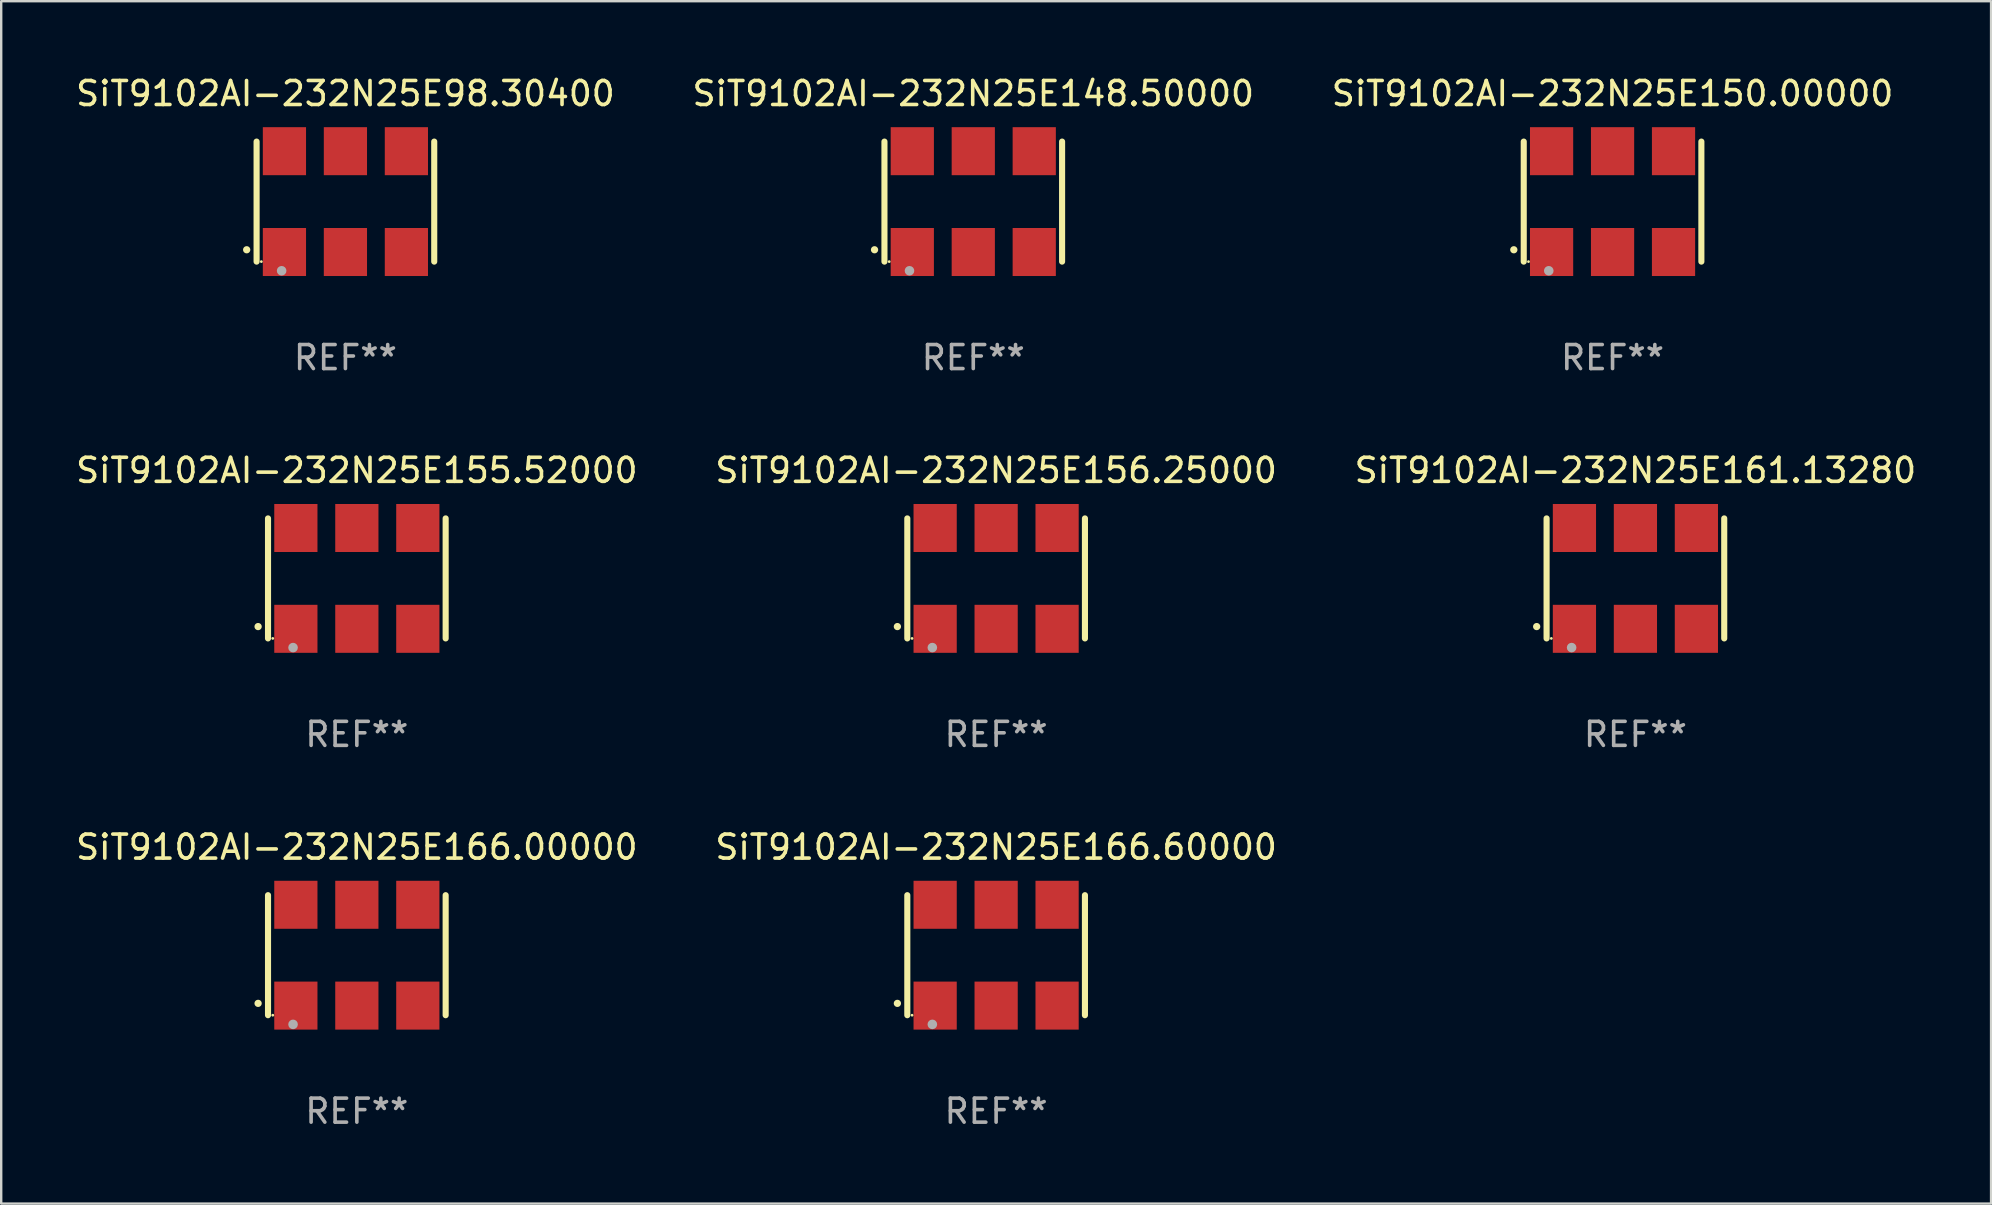
<source format=kicad_pcb>
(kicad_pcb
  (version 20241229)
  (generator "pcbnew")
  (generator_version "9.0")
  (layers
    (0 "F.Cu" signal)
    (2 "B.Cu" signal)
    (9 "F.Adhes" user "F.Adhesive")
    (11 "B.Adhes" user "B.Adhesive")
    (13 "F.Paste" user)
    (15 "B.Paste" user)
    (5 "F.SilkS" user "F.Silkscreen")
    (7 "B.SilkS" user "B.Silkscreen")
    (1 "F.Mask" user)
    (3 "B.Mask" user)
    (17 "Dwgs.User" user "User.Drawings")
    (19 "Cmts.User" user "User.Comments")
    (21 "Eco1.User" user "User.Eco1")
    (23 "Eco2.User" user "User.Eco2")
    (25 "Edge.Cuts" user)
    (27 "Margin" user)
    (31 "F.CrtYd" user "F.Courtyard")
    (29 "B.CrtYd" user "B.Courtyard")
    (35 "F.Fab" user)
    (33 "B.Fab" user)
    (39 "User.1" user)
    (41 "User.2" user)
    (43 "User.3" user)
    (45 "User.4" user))
  (footprint "SiT9102AI-232N25E156.25000"
    (layer "F.Cu")
    (at 38.446 21.045)
    (property "Reference" "SiT9102AI-232N25E156.25000" (at 0 -4.5 0) (layer "F.SilkS") (effects (font (size 1 1) (thickness 0.15))))
    (attr through_hole)
    (fp_line (start -3.7 -2.5) (end -3.7 2.5) (stroke (width 0.254) (type solid)) (layer "F.SilkS"))
    (fp_line (start 3.7 -2.5) (end 3.7 2.5) (stroke (width 0.254) (type solid)) (layer "F.SilkS"))
    (fp_arc (start -4.114415 2.006604) (mid -4.113145 2.006599) (end -4.111875 2.006604) (stroke (width 0.3) (type solid)) (layer "F.SilkS"))
    (fp_circle (center -3.502 2.5) (end -3.472 2.5) (stroke (width 0.06) (type solid)) (fill no) (layer "F.SilkS"))
    (fp_circle (center -2.657 2.882) (end -2.557 2.882) (stroke (width 0.2) (type solid)) (fill no) (layer "F.Fab"))
    (fp_text user "REF**" (at 0 6.5 0) (layer "F.Fab") (effects (font (size 1 1) (thickness 0.15))))
    (pad "1" smd rect (at -2.54 2.1) (size 1.8 2) (layers "F.Cu" "F.Mask" "F.Paste"))
    (pad "2" smd rect (at 0.000394 2.1) (size 1.8 2) (layers "F.Cu" "F.Mask" "F.Paste"))
    (pad "3" smd rect (at 2.54 2.1) (size 1.8 2) (layers "F.Cu" "F.Mask" "F.Paste"))
    (pad "4" smd rect (at 2.54 -2.1) (size 1.8 2) (layers "F.Cu" "F.Mask" "F.Paste"))
    (pad "5" smd rect (at 0.000394 -2.1) (size 1.8 2) (layers "F.Cu" "F.Mask" "F.Paste"))
    (pad "6" smd rect (at -2.54 -2.1) (size 1.8 2) (layers "F.Cu" "F.Mask" "F.Paste")))
  (footprint "SiT9102AI-232N25E155.52000"
    (layer "F.Cu")
    (at 11.815 21.045)
    (property "Reference" "SiT9102AI-232N25E155.52000" (at 0 -4.5 0) (layer "F.SilkS") (effects (font (size 1 1) (thickness 0.15))))
    (attr through_hole)
    (fp_line (start -3.7 -2.5) (end -3.7 2.5) (stroke (width 0.254) (type solid)) (layer "F.SilkS"))
    (fp_line (start 3.7 -2.5) (end 3.7 2.5) (stroke (width 0.254) (type solid)) (layer "F.SilkS"))
    (fp_arc (start -4.114415 2.006604) (mid -4.113145 2.006599) (end -4.111875 2.006604) (stroke (width 0.3) (type solid)) (layer "F.SilkS"))
    (fp_circle (center -3.502 2.5) (end -3.472 2.5) (stroke (width 0.06) (type solid)) (fill no) (layer "F.SilkS"))
    (fp_circle (center -2.657 2.882) (end -2.557 2.882) (stroke (width 0.2) (type solid)) (fill no) (layer "F.Fab"))
    (fp_text user "REF**" (at 0 6.5 0) (layer "F.Fab") (effects (font (size 1 1) (thickness 0.15))))
    (pad "1" smd rect (at -2.54 2.1) (size 1.8 2) (layers "F.Cu" "F.Mask" "F.Paste"))
    (pad "2" smd rect (at 0.000394 2.1) (size 1.8 2) (layers "F.Cu" "F.Mask" "F.Paste"))
    (pad "3" smd rect (at 2.54 2.1) (size 1.8 2) (layers "F.Cu" "F.Mask" "F.Paste"))
    (pad "4" smd rect (at 2.54 -2.1) (size 1.8 2) (layers "F.Cu" "F.Mask" "F.Paste"))
    (pad "5" smd rect (at 0.000394 -2.1) (size 1.8 2) (layers "F.Cu" "F.Mask" "F.Paste"))
    (pad "6" smd rect (at -2.54 -2.1) (size 1.8 2) (layers "F.Cu" "F.Mask" "F.Paste")))
  (footprint "SiT9102AI-232N25E148.50000"
    (layer "F.Cu")
    (at 37.494 5.348)
    (property "Reference" "SiT9102AI-232N25E148.50000" (at 0 -4.5 0) (layer "F.SilkS") (effects (font (size 1 1) (thickness 0.15))))
    (attr through_hole)
    (fp_line (start -3.7 -2.5) (end -3.7 2.5) (stroke (width 0.254) (type solid)) (layer "F.SilkS"))
    (fp_line (start 3.7 -2.5) (end 3.7 2.5) (stroke (width 0.254) (type solid)) (layer "F.SilkS"))
    (fp_arc (start -4.114415 2.006604) (mid -4.113145 2.006599) (end -4.111875 2.006604) (stroke (width 0.3) (type solid)) (layer "F.SilkS"))
    (fp_circle (center -3.502 2.5) (end -3.472 2.5) (stroke (width 0.06) (type solid)) (fill no) (layer "F.SilkS"))
    (fp_circle (center -2.657 2.882) (end -2.557 2.882) (stroke (width 0.2) (type solid)) (fill no) (layer "F.Fab"))
    (fp_text user "REF**" (at 0 6.5 0) (layer "F.Fab") (effects (font (size 1 1) (thickness 0.15))))
    (pad "1" smd rect (at -2.54 2.1) (size 1.8 2) (layers "F.Cu" "F.Mask" "F.Paste"))
    (pad "2" smd rect (at 0.000394 2.1) (size 1.8 2) (layers "F.Cu" "F.Mask" "F.Paste"))
    (pad "3" smd rect (at 2.54 2.1) (size 1.8 2) (layers "F.Cu" "F.Mask" "F.Paste"))
    (pad "4" smd rect (at 2.54 -2.1) (size 1.8 2) (layers "F.Cu" "F.Mask" "F.Paste"))
    (pad "5" smd rect (at 0.000394 -2.1) (size 1.8 2) (layers "F.Cu" "F.Mask" "F.Paste"))
    (pad "6" smd rect (at -2.54 -2.1) (size 1.8 2) (layers "F.Cu" "F.Mask" "F.Paste")))
  (footprint "SiT9102AI-232N25E166.00000"
    (layer "F.Cu")
    (at 11.815 36.741)
    (property "Reference" "SiT9102AI-232N25E166.00000" (at 0 -4.5 0) (layer "F.SilkS") (effects (font (size 1 1) (thickness 0.15))))
    (attr through_hole)
    (fp_line (start -3.7 -2.5) (end -3.7 2.5) (stroke (width 0.254) (type solid)) (layer "F.SilkS"))
    (fp_line (start 3.7 -2.5) (end 3.7 2.5) (stroke (width 0.254) (type solid)) (layer "F.SilkS"))
    (fp_arc (start -4.114415 2.006604) (mid -4.113145 2.006599) (end -4.111875 2.006604) (stroke (width 0.3) (type solid)) (layer "F.SilkS"))
    (fp_circle (center -3.502 2.5) (end -3.472 2.5) (stroke (width 0.06) (type solid)) (fill no) (layer "F.SilkS"))
    (fp_circle (center -2.657 2.882) (end -2.557 2.882) (stroke (width 0.2) (type solid)) (fill no) (layer "F.Fab"))
    (fp_text user "REF**" (at 0 6.5 0) (layer "F.Fab") (effects (font (size 1 1) (thickness 0.15))))
    (pad "1" smd rect (at -2.54 2.1) (size 1.8 2) (layers "F.Cu" "F.Mask" "F.Paste"))
    (pad "2" smd rect (at 0.000394 2.1) (size 1.8 2) (layers "F.Cu" "F.Mask" "F.Paste"))
    (pad "3" smd rect (at 2.54 2.1) (size 1.8 2) (layers "F.Cu" "F.Mask" "F.Paste"))
    (pad "4" smd rect (at 2.54 -2.1) (size 1.8 2) (layers "F.Cu" "F.Mask" "F.Paste"))
    (pad "5" smd rect (at 0.000394 -2.1) (size 1.8 2) (layers "F.Cu" "F.Mask" "F.Paste"))
    (pad "6" smd rect (at -2.54 -2.1) (size 1.8 2) (layers "F.Cu" "F.Mask" "F.Paste")))
  (footprint "SiT9102AI-232N25E166.60000"
    (layer "F.Cu")
    (at 38.446 36.741)
    (property "Reference" "SiT9102AI-232N25E166.60000" (at 0 -4.5 0) (layer "F.SilkS") (effects (font (size 1 1) (thickness 0.15))))
    (attr through_hole)
    (fp_line (start -3.7 -2.5) (end -3.7 2.5) (stroke (width 0.254) (type solid)) (layer "F.SilkS"))
    (fp_line (start 3.7 -2.5) (end 3.7 2.5) (stroke (width 0.254) (type solid)) (layer "F.SilkS"))
    (fp_arc (start -4.114415 2.006604) (mid -4.113145 2.006599) (end -4.111875 2.006604) (stroke (width 0.3) (type solid)) (layer "F.SilkS"))
    (fp_circle (center -3.502 2.5) (end -3.472 2.5) (stroke (width 0.06) (type solid)) (fill no) (layer "F.SilkS"))
    (fp_circle (center -2.657 2.882) (end -2.557 2.882) (stroke (width 0.2) (type solid)) (fill no) (layer "F.Fab"))
    (fp_text user "REF**" (at 0 6.5 0) (layer "F.Fab") (effects (font (size 1 1) (thickness 0.15))))
    (pad "1" smd rect (at -2.54 2.1) (size 1.8 2) (layers "F.Cu" "F.Mask" "F.Paste"))
    (pad "2" smd rect (at 0.000394 2.1) (size 1.8 2) (layers "F.Cu" "F.Mask" "F.Paste"))
    (pad "3" smd rect (at 2.54 2.1) (size 1.8 2) (layers "F.Cu" "F.Mask" "F.Paste"))
    (pad "4" smd rect (at 2.54 -2.1) (size 1.8 2) (layers "F.Cu" "F.Mask" "F.Paste"))
    (pad "5" smd rect (at 0.000394 -2.1) (size 1.8 2) (layers "F.Cu" "F.Mask" "F.Paste"))
    (pad "6" smd rect (at -2.54 -2.1) (size 1.8 2) (layers "F.Cu" "F.Mask" "F.Paste")))
  (footprint "SiT9102AI-232N25E98.30400"
    (layer "F.Cu")
    (at 11.339 5.348)
    (property "Reference" "SiT9102AI-232N25E98.30400" (at 0 -4.5 0) (layer "F.SilkS") (effects (font (size 1 1) (thickness 0.15))))
    (attr through_hole)
    (fp_line (start -3.7 -2.5) (end -3.7 2.5) (stroke (width 0.254) (type solid)) (layer "F.SilkS"))
    (fp_line (start 3.7 -2.5) (end 3.7 2.5) (stroke (width 0.254) (type solid)) (layer "F.SilkS"))
    (fp_arc (start -4.114415 2.006604) (mid -4.113145 2.006599) (end -4.111875 2.006604) (stroke (width 0.3) (type solid)) (layer "F.SilkS"))
    (fp_circle (center -3.502 2.5) (end -3.472 2.5) (stroke (width 0.06) (type solid)) (fill no) (layer "F.SilkS"))
    (fp_circle (center -2.657 2.882) (end -2.557 2.882) (stroke (width 0.2) (type solid)) (fill no) (layer "F.Fab"))
    (fp_text user "REF**" (at 0 6.5 0) (layer "F.Fab") (effects (font (size 1 1) (thickness 0.15))))
    (pad "1" smd rect (at -2.54 2.1) (size 1.8 2) (layers "F.Cu" "F.Mask" "F.Paste"))
    (pad "2" smd rect (at 0.000394 2.1) (size 1.8 2) (layers "F.Cu" "F.Mask" "F.Paste"))
    (pad "3" smd rect (at 2.54 2.1) (size 1.8 2) (layers "F.Cu" "F.Mask" "F.Paste"))
    (pad "4" smd rect (at 2.54 -2.1) (size 1.8 2) (layers "F.Cu" "F.Mask" "F.Paste"))
    (pad "5" smd rect (at 0.000394 -2.1) (size 1.8 2) (layers "F.Cu" "F.Mask" "F.Paste"))
    (pad "6" smd rect (at -2.54 -2.1) (size 1.8 2) (layers "F.Cu" "F.Mask" "F.Paste")))
  (footprint "SiT9102AI-232N25E161.13280"
    (layer "F.Cu")
    (at 65.077 21.045)
    (property "Reference" "SiT9102AI-232N25E161.13280" (at 0 -4.5 0) (layer "F.SilkS") (effects (font (size 1 1) (thickness 0.15))))
    (attr through_hole)
    (fp_line (start -3.7 -2.5) (end -3.7 2.5) (stroke (width 0.254) (type solid)) (layer "F.SilkS"))
    (fp_line (start 3.7 -2.5) (end 3.7 2.5) (stroke (width 0.254) (type solid)) (layer "F.SilkS"))
    (fp_arc (start -4.114415 2.006604) (mid -4.113145 2.006599) (end -4.111875 2.006604) (stroke (width 0.3) (type solid)) (layer "F.SilkS"))
    (fp_circle (center -3.502 2.5) (end -3.472 2.5) (stroke (width 0.06) (type solid)) (fill no) (layer "F.SilkS"))
    (fp_circle (center -2.657 2.882) (end -2.557 2.882) (stroke (width 0.2) (type solid)) (fill no) (layer "F.Fab"))
    (fp_text user "REF**" (at 0 6.5 0) (layer "F.Fab") (effects (font (size 1 1) (thickness 0.15))))
    (pad "1" smd rect (at -2.54 2.1) (size 1.8 2) (layers "F.Cu" "F.Mask" "F.Paste"))
    (pad "2" smd rect (at 0.000394 2.1) (size 1.8 2) (layers "F.Cu" "F.Mask" "F.Paste"))
    (pad "3" smd rect (at 2.54 2.1) (size 1.8 2) (layers "F.Cu" "F.Mask" "F.Paste"))
    (pad "4" smd rect (at 2.54 -2.1) (size 1.8 2) (layers "F.Cu" "F.Mask" "F.Paste"))
    (pad "5" smd rect (at 0.000394 -2.1) (size 1.8 2) (layers "F.Cu" "F.Mask" "F.Paste"))
    (pad "6" smd rect (at -2.54 -2.1) (size 1.8 2) (layers "F.Cu" "F.Mask" "F.Paste")))
  (footprint "SiT9102AI-232N25E150.00000"
    (layer "F.Cu")
    (at 64.125 5.348)
    (property "Reference" "SiT9102AI-232N25E150.00000" (at 0 -4.5 0) (layer "F.SilkS") (effects (font (size 1 1) (thickness 0.15))))
    (attr through_hole)
    (fp_line (start -3.7 -2.5) (end -3.7 2.5) (stroke (width 0.254) (type solid)) (layer "F.SilkS"))
    (fp_line (start 3.7 -2.5) (end 3.7 2.5) (stroke (width 0.254) (type solid)) (layer "F.SilkS"))
    (fp_arc (start -4.114415 2.006604) (mid -4.113145 2.006599) (end -4.111875 2.006604) (stroke (width 0.3) (type solid)) (layer "F.SilkS"))
    (fp_circle (center -3.502 2.5) (end -3.472 2.5) (stroke (width 0.06) (type solid)) (fill no) (layer "F.SilkS"))
    (fp_circle (center -2.657 2.882) (end -2.557 2.882) (stroke (width 0.2) (type solid)) (fill no) (layer "F.Fab"))
    (fp_text user "REF**" (at 0 6.5 0) (layer "F.Fab") (effects (font (size 1 1) (thickness 0.15))))
    (pad "1" smd rect (at -2.54 2.1) (size 1.8 2) (layers "F.Cu" "F.Mask" "F.Paste"))
    (pad "2" smd rect (at 0.000394 2.1) (size 1.8 2) (layers "F.Cu" "F.Mask" "F.Paste"))
    (pad "3" smd rect (at 2.54 2.1) (size 1.8 2) (layers "F.Cu" "F.Mask" "F.Paste"))
    (pad "4" smd rect (at 2.54 -2.1) (size 1.8 2) (layers "F.Cu" "F.Mask" "F.Paste"))
    (pad "5" smd rect (at 0.000394 -2.1) (size 1.8 2) (layers "F.Cu" "F.Mask" "F.Paste"))
    (pad "6" smd rect (at -2.54 -2.1) (size 1.8 2) (layers "F.Cu" "F.Mask" "F.Paste")))
  (gr_rect
    (start -3 -3)
    (end 79.893 47.09)
    (stroke (width 0.1) (type default))
    (fill no)
    (layer "Edge.Cuts")))
</source>
